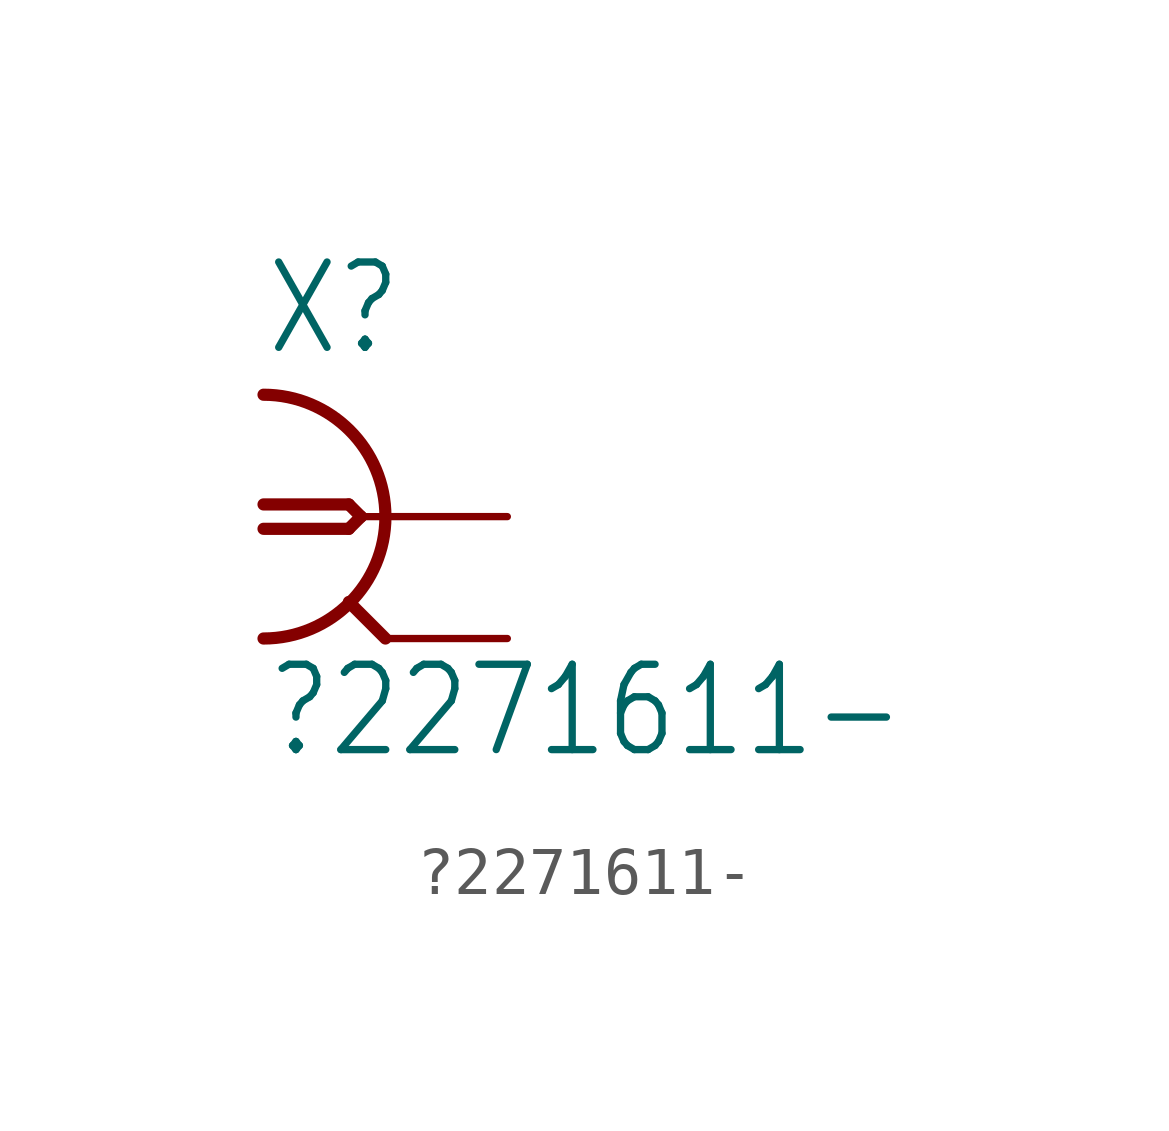
<source format=kicad_sym>
(kicad_symbol_lib
  (version 20211014)
  (generator kicad_symbol_editor)
  (symbol "?2271611-"
    (property "Reference" "X"
      (at -2.54 3.302 0)
      (effects (font (size 1.778 1.511)) (justify left bottom)))
    (property "Value" "?2271611-"
      (at -2.54 -5.08 0)
      (effects (font (size 1.778 1.511)) (justify left bottom)))
    (property "ki_locked" ""
      (at 0 0 0)
      (effects (font (size 1.27 1.27))))
    (symbol "?2271611-_1_0"
      (arc (start -2.54 -2.54) (mid 0 0) (end -2.54 2.54) (stroke (width 0.254) (type default) (color 0 0 0 0)) (fill (type none)))
      (polyline (pts (xy -2.54 0.254) (xy -0.762 0.254)) (stroke (width 0.254) (type default) (color 0 0 0 0)) (fill (type none)))
      (polyline (pts (xy -0.762 -0.254) (xy -2.54 -0.254)) (stroke (width 0.254) (type default) (color 0 0 0 0)) (fill (type none)))
      (polyline (pts (xy -0.762 0.254) (xy -0.508 0)) (stroke (width 0.254) (type default) (color 0 0 0 0)) (fill (type none)))
      (polyline (pts (xy -0.508 0) (xy -0.762 -0.254)) (stroke (width 0.254) (type default) (color 0 0 0 0)) (fill (type none)))
      (polyline (pts (xy 0 -2.54) (xy -0.762 -1.778)) (stroke (width 0.254) (type default) (color 0 0 0 0)) (fill (type none)))
      (polyline (pts (xy 0 0) (xy -0.508 0)) (stroke (width 0.152) (type default) (color 0 0 0 0)) (fill (type none)))
      (pin passive line (at 2.54 0 180) (length 2.54) (name "1" (effects (font (size 0 0)))) (number "1" (effects (font (size 0 0)))))
      (pin passive line (at 2.54 -2.54 180) (length 2.54) (name "2" (effects (font (size 0 0)))) (number "2" (effects (font (size 0 0))))))))
</source>
